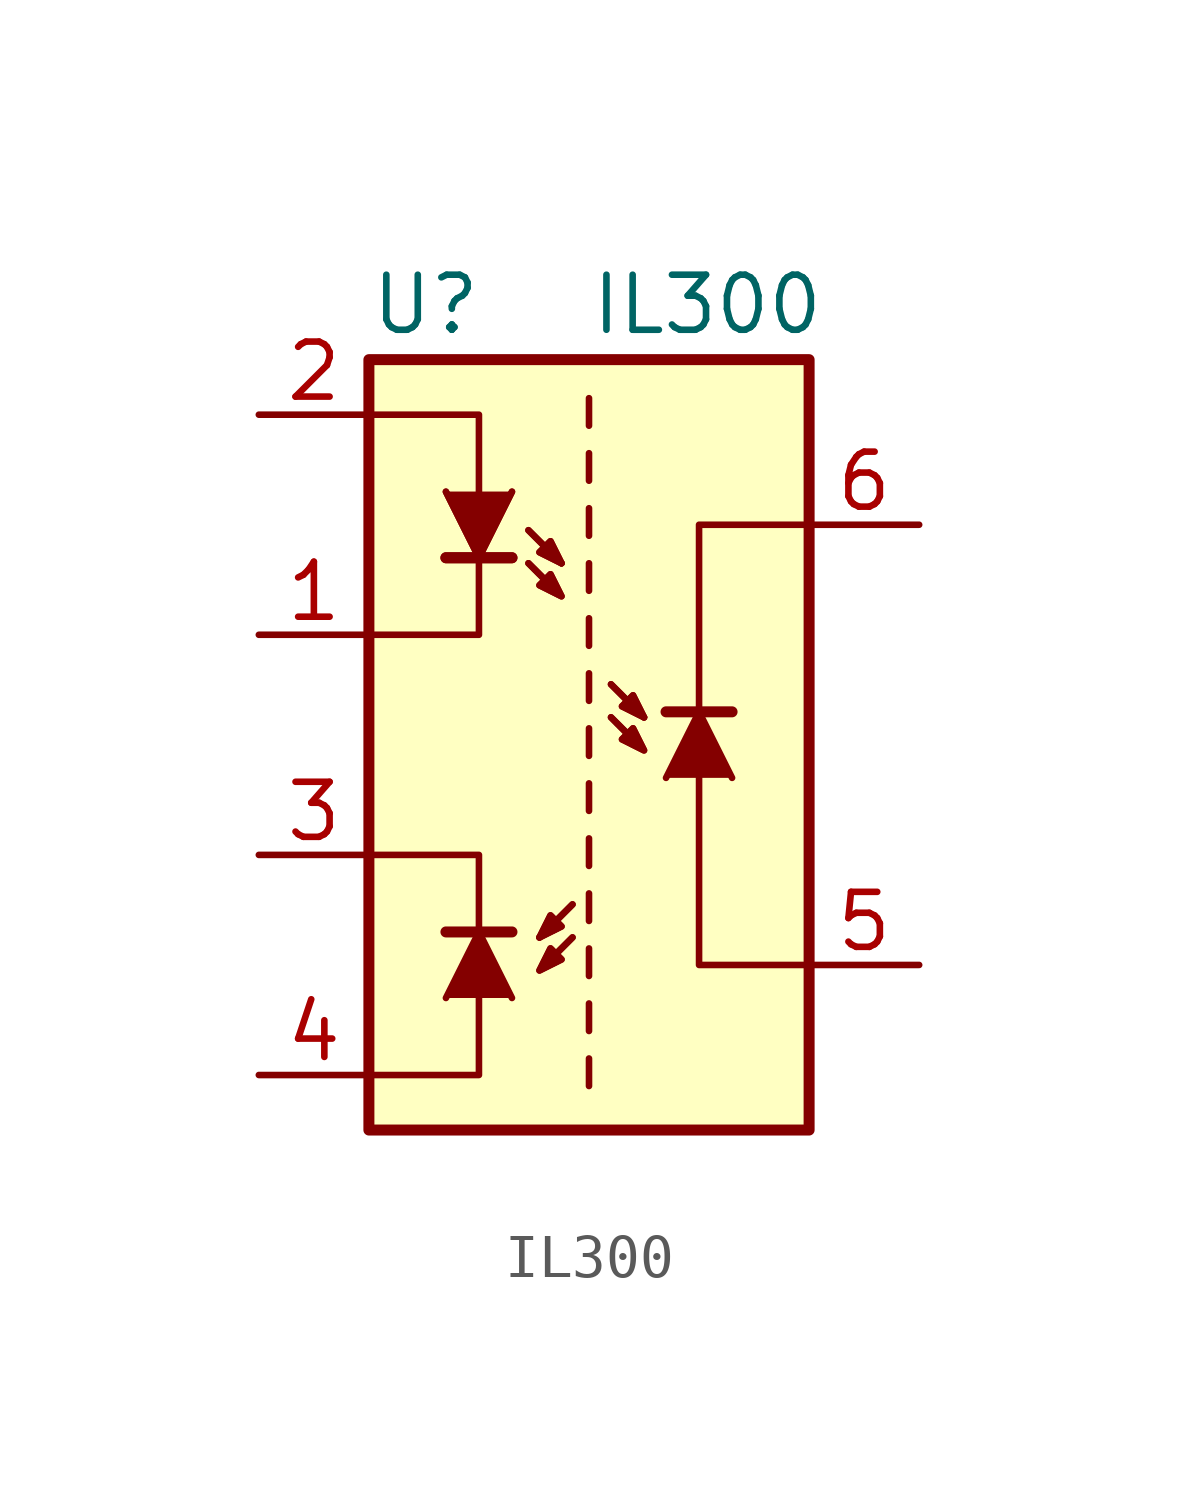
<source format=kicad_sym>
(kicad_symbol_lib
  (version 20211014)
  (generator kicad_symbol_editor)
  (symbol "IL300"
    (pin_names
      (offset 1.016))
    (property "Reference" "U"
      (at -5.08 10.16 0)
      (effects (font (size 1.27 1.27)) (justify left)))
    (property "Value" "IL300"
      (at 0 10.16 0)
      (effects (font (size 1.27 1.27)) (justify left)))
    (symbol "IL300_0_1"
      (rectangle (start -5.08 8.89) (end 5.08 -8.89) (stroke (width 0.254) (type default) (color 0 0 0 0)) (fill (type background)))
      (polyline (pts (xy -3.302 -4.318) (xy -1.778 -4.318)) (stroke (width 0.254) (type default) (color 0 0 0 0)) (fill (type none)))
      (polyline (pts (xy -1.778 4.318) (xy -3.302 4.318)) (stroke (width 0.254) (type default) (color 0 0 0 0)) (fill (type none)))
      (polyline (pts (xy -1.778 4.318) (xy -3.302 4.318)) (stroke (width 0.254) (type default) (color 0 0 0 0)) (fill (type none)))
      (polyline (pts (xy 0 -7.239) (xy 0 -7.874)) (stroke (width 0) (type default) (color 0 0 0 0)) (fill (type none)))
      (polyline (pts (xy 0 -5.969) (xy 0 -6.604)) (stroke (width 0) (type default) (color 0 0 0 0)) (fill (type none)))
      (polyline (pts (xy 0 -4.699) (xy 0 -5.334)) (stroke (width 0) (type default) (color 0 0 0 0)) (fill (type none)))
      (polyline (pts (xy 0 -3.429) (xy 0 -4.064)) (stroke (width 0) (type default) (color 0 0 0 0)) (fill (type none)))
      (polyline (pts (xy 0 -2.159) (xy 0 -2.794)) (stroke (width 0) (type default) (color 0 0 0 0)) (fill (type none)))
      (polyline (pts (xy 0 -0.889) (xy 0 -1.524)) (stroke (width 0) (type default) (color 0 0 0 0)) (fill (type none)))
      (polyline (pts (xy 0 0.381) (xy 0 -0.254)) (stroke (width 0) (type default) (color 0 0 0 0)) (fill (type none)))
      (polyline (pts (xy 0 1.651) (xy 0 1.016)) (stroke (width 0) (type default) (color 0 0 0 0)) (fill (type none)))
      (polyline (pts (xy 0 2.921) (xy 0 2.286)) (stroke (width 0) (type default) (color 0 0 0 0)) (fill (type none)))
      (polyline (pts (xy 0 4.191) (xy 0 3.556)) (stroke (width 0) (type default) (color 0 0 0 0)) (fill (type none)))
      (polyline (pts (xy 0 5.461) (xy 0 4.826)) (stroke (width 0) (type default) (color 0 0 0 0)) (fill (type none)))
      (polyline (pts (xy 0 6.731) (xy 0 6.096)) (stroke (width 0) (type default) (color 0 0 0 0)) (fill (type none)))
      (polyline (pts (xy 0 8.001) (xy 0 7.366)) (stroke (width 0) (type default) (color 0 0 0 0)) (fill (type none)))
      (polyline (pts (xy 1.778 0.762) (xy 3.302 0.762)) (stroke (width 0.254) (type default) (color 0 0 0 0)) (fill (type none)))
      (polyline (pts (xy -3.302 -5.842) (xy -2.54 -4.318) (xy -1.778 -5.842)) (stroke (width 0) (type default) (color 0 0 0 0)) (fill (type outline)))
      (polyline (pts (xy -1.778 5.842) (xy -2.54 4.318) (xy -3.302 5.842)) (stroke (width 0) (type default) (color 0 0 0 0)) (fill (type outline)))
      (polyline (pts (xy -1.778 5.842) (xy -2.54 4.318) (xy -3.302 5.842)) (stroke (width 0) (type default) (color 0 0 0 0)) (fill (type outline)))
      (polyline (pts (xy -1.397 4.953) (xy -0.635 4.191) (xy -0.635 4.191)) (stroke (width 0) (type default) (color 0 0 0 0)) (fill (type none)))
      (polyline (pts (xy -1.397 4.953) (xy -0.635 4.191) (xy -0.635 4.191)) (stroke (width 0) (type default) (color 0 0 0 0)) (fill (type none)))
      (polyline (pts (xy -0.381 -3.683) (xy -1.143 -4.445) (xy -1.143 -4.445)) (stroke (width 0) (type default) (color 0 0 0 0)) (fill (type none)))
      (polyline (pts (xy -0.381 -3.683) (xy -1.143 -4.445) (xy -1.143 -4.445)) (stroke (width 0) (type default) (color 0 0 0 0)) (fill (type none)))
      (polyline (pts (xy 0.508 1.397) (xy 1.27 0.635) (xy 1.27 0.635)) (stroke (width 0) (type default) (color 0 0 0 0)) (fill (type none)))
      (polyline (pts (xy 0.508 1.397) (xy 1.27 0.635) (xy 1.27 0.635)) (stroke (width 0) (type default) (color 0 0 0 0)) (fill (type none)))
      (polyline (pts (xy 1.778 -0.762) (xy 2.54 0.762) (xy 3.302 -0.762)) (stroke (width 0) (type default) (color 0 0 0 0)) (fill (type outline)))
      (polyline (pts (xy -5.08 -2.54) (xy -2.54 -2.54) (xy -2.54 -7.62) (xy -5.08 -7.62)) (stroke (width 0) (type default) (color 0 0 0 0)) (fill (type none)))
      (polyline (pts (xy -5.08 7.62) (xy -2.54 7.62) (xy -2.54 2.54) (xy -5.08 2.54)) (stroke (width 0) (type default) (color 0 0 0 0)) (fill (type none)))
      (polyline (pts (xy 5.08 5.08) (xy 2.54 5.08) (xy 2.54 -5.08) (xy 5.08 -5.08)) (stroke (width 0) (type default) (color 0 0 0 0)) (fill (type none)))
      (polyline (pts (xy -1.143 -4.445) (xy -0.889 -3.937) (xy -0.635 -4.191) (xy -1.143 -4.445) (xy -1.143 -4.445)) (stroke (width 0) (type default) (color 0 0 0 0)) (fill (type none)))
      (polyline (pts (xy -1.143 -4.445) (xy -0.889 -3.937) (xy -0.635 -4.191) (xy -1.143 -4.445) (xy -1.143 -4.445)) (stroke (width 0) (type default) (color 0 0 0 0)) (fill (type none)))
      (polyline (pts (xy -0.635 4.191) (xy -0.889 4.699) (xy -1.143 4.445) (xy -0.635 4.191) (xy -0.635 4.191)) (stroke (width 0) (type default) (color 0 0 0 0)) (fill (type none)))
      (polyline (pts (xy -0.635 4.191) (xy -0.889 4.699) (xy -1.143 4.445) (xy -0.635 4.191) (xy -0.635 4.191)) (stroke (width 0) (type default) (color 0 0 0 0)) (fill (type none)))
      (polyline (pts (xy 1.27 0.635) (xy 1.016 1.143) (xy 0.762 0.889) (xy 1.27 0.635) (xy 1.27 0.635)) (stroke (width 0) (type default) (color 0 0 0 0)) (fill (type none)))
      (polyline (pts (xy 1.27 0.635) (xy 1.016 1.143) (xy 0.762 0.889) (xy 1.27 0.635) (xy 1.27 0.635)) (stroke (width 0) (type default) (color 0 0 0 0)) (fill (type none)))
      (polyline (pts (xy -1.397 4.191) (xy -0.635 3.429) (xy -0.889 3.937) (xy -1.143 3.683) (xy -0.635 3.429) (xy -0.635 3.429)) (stroke (width 0) (type default) (color 0 0 0 0)) (fill (type none)))
      (polyline (pts (xy -1.397 4.191) (xy -0.635 3.429) (xy -0.889 3.937) (xy -1.143 3.683) (xy -0.635 3.429) (xy -0.635 3.429)) (stroke (width 0) (type default) (color 0 0 0 0)) (fill (type none)))
      (polyline (pts (xy -0.381 -4.445) (xy -1.143 -5.207) (xy -0.889 -4.699) (xy -0.635 -4.953) (xy -1.143 -5.207) (xy -1.143 -5.207)) (stroke (width 0) (type default) (color 0 0 0 0)) (fill (type none)))
      (polyline (pts (xy -0.381 -4.445) (xy -1.143 -5.207) (xy -0.889 -4.699) (xy -0.635 -4.953) (xy -1.143 -5.207) (xy -1.143 -5.207)) (stroke (width 0) (type default) (color 0 0 0 0)) (fill (type none)))
      (polyline (pts (xy 0.508 0.635) (xy 1.27 -0.127) (xy 1.016 0.381) (xy 0.762 0.127) (xy 1.27 -0.127) (xy 1.27 -0.127)) (stroke (width 0) (type default) (color 0 0 0 0)) (fill (type none)))
      (polyline (pts (xy 0.508 0.635) (xy 1.27 -0.127) (xy 1.016 0.381) (xy 0.762 0.127) (xy 1.27 -0.127) (xy 1.27 -0.127)) (stroke (width 0) (type default) (color 0 0 0 0)) (fill (type none))))
    (symbol "IL300_1_1"
      (pin passive line (at -7.62 2.54 0) (length 2.54) (name "~" (effects (font (size 1.27 1.27)))) (number "1" (effects (font (size 1.27 1.27)))))
      (pin passive line (at -7.62 7.62 0) (length 2.54) (name "~" (effects (font (size 1.27 1.27)))) (number "2" (effects (font (size 1.27 1.27)))))
      (pin passive line (at -7.62 -2.54 0) (length 2.54) (name "~" (effects (font (size 1.27 1.27)))) (number "3" (effects (font (size 1.27 1.27)))))
      (pin passive line (at -7.62 -7.62 0) (length 2.54) (name "~" (effects (font (size 1.27 1.27)))) (number "4" (effects (font (size 1.27 1.27)))))
      (pin passive line (at 7.62 -5.08 180) (length 2.54) (name "~" (effects (font (size 1.27 1.27)))) (number "5" (effects (font (size 1.27 1.27)))))
      (pin passive line (at 7.62 5.08 180) (length 2.54) (name "~" (effects (font (size 1.27 1.27)))) (number "6" (effects (font (size 1.27 1.27)))))
      (pin no_connect line (at 7.62 2.54 180) (length 2.54) hide (name "NC" (effects (font (size 1.27 1.27)))) (number "7" (effects (font (size 1.27 1.27)))))
      (pin no_connect line (at 7.62 0 180) (length 2.54) hide (name "NC" (effects (font (size 1.27 1.27)))) (number "8" (effects (font (size 1.27 1.27))))))))
</source>
